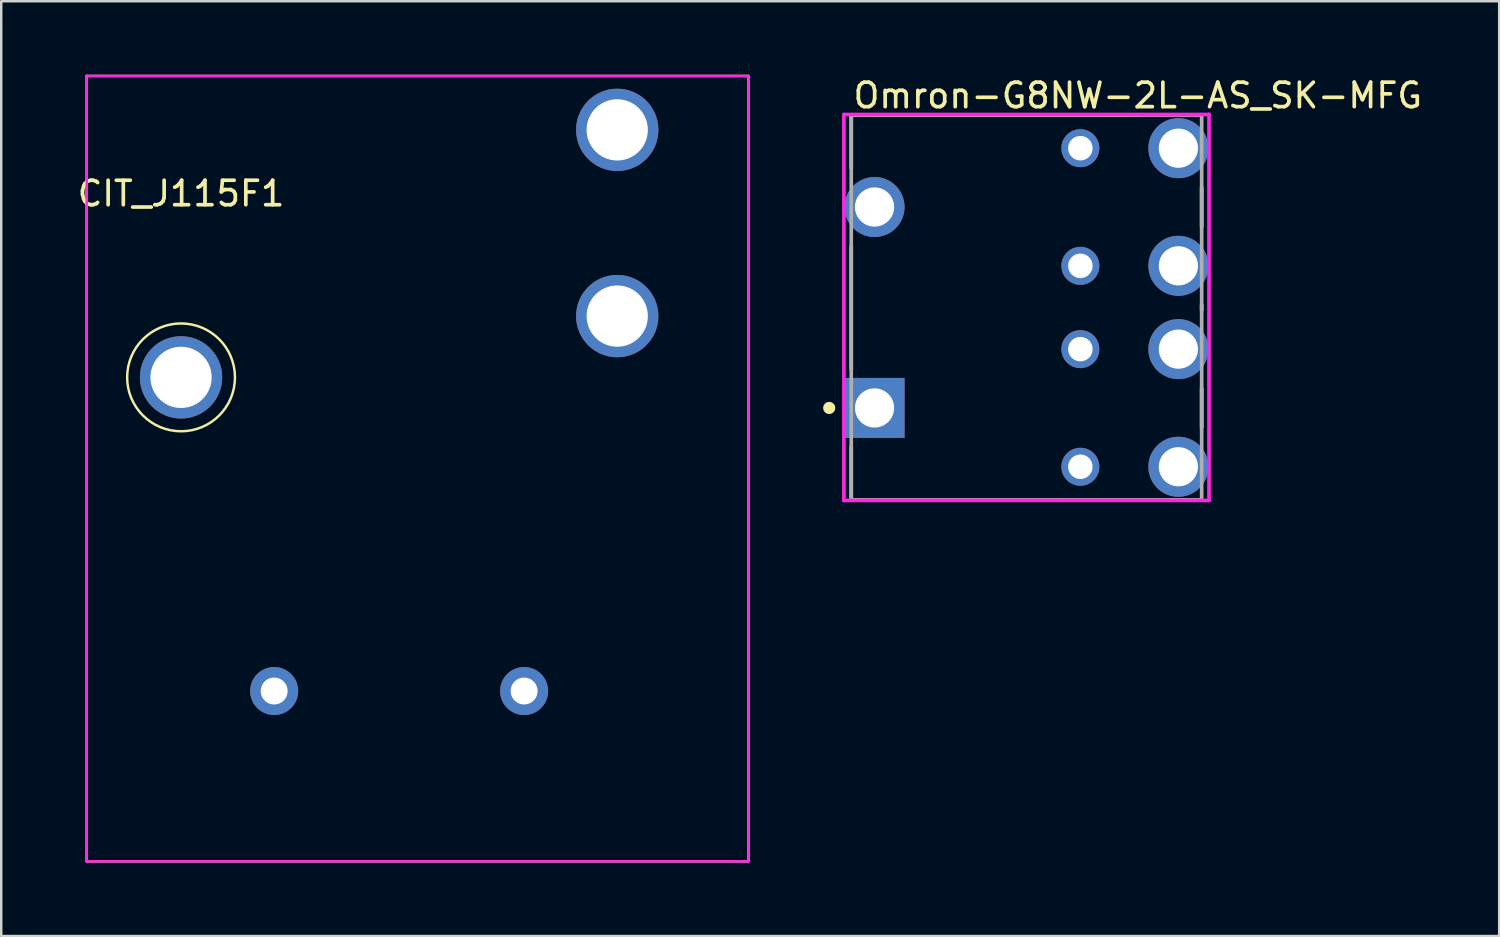
<source format=kicad_pcb>
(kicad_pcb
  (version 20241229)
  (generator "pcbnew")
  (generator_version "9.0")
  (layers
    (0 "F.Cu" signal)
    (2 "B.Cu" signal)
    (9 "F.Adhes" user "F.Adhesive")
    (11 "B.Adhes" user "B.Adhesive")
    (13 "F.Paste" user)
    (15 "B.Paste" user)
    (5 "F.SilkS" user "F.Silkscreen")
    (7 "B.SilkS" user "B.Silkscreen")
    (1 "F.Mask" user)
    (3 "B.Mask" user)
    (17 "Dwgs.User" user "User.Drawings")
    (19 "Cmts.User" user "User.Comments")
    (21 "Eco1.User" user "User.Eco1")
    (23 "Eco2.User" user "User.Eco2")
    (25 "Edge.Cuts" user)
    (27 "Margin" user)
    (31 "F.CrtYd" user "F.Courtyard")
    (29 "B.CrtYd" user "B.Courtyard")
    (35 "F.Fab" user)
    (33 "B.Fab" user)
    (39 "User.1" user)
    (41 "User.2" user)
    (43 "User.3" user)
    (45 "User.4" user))
  (footprint "CIT_J115F1"
    (layer "F.Cu")
    (at 4.339 12.35)
    (property "Reference" "CIT_J115F1" (at 0 -7.5 0) (layer "F.SilkS") (effects (font (size 1 1) (thickness 0.15))))
    (attr through_hole)
    (fp_line (start -3.85 -12.3) (end 23.15 -12.3) (stroke (width 0.1) (type solid)) (layer "F.SilkS"))
    (fp_line (start -3.85 19.75) (end -3.85 -12.3) (stroke (width 0.1) (type solid)) (layer "F.SilkS"))
    (fp_line (start 23.15 -12.3) (end 23.15 19.75) (stroke (width 0.1) (type solid)) (layer "F.SilkS"))
    (fp_line (start 23.15 19.75) (end -3.85 19.75) (stroke (width 0.1) (type solid)) (layer "F.SilkS"))
    (fp_circle (center 0 0) (end 2.2 0) (stroke (width 0.1) (type solid)) (fill no) (layer "F.SilkS"))
    (fp_line (start -3.85 -12.3) (end 23.15 -12.3) (stroke (width 0.1) (type solid)) (layer "F.CrtYd"))
    (fp_line (start -3.85 19.75) (end -3.85 -12.3) (stroke (width 0.1) (type solid)) (layer "F.CrtYd"))
    (fp_line (start 23.15 -12.3) (end 23.15 19.75) (stroke (width 0.1) (type solid)) (layer "F.CrtYd"))
    (fp_line (start 23.15 19.75) (end -3.85 19.75) (stroke (width 0.1) (type solid)) (layer "F.CrtYd"))
    (pad "1" thru_hole circle (at 0 0) (size 3.36 3.36) (drill 2.5) (layers "*.Cu" "*.Mask"))
    (pad "2" thru_hole circle (at 3.8 12.8) (size 1.96 1.96) (drill 1.1) (layers "*.Cu" "*.Mask"))
    (pad "3" thru_hole circle (at 17.8 -10.1) (size 3.36 3.36) (drill 2.5) (layers "*.Cu" "*.Mask"))
    (pad "4" thru_hole circle (at 17.8 -2.5) (size 3.36 3.36) (drill 2.5) (layers "*.Cu" "*.Mask"))
    (pad "5" thru_hole circle (at 14 12.8) (size 1.96 1.96) (drill 1.1) (layers "*.Cu" "*.Mask")))
  (footprint "Omron-G8NW-2L-AS_SK-MFG"
    (layer "F.Cu")
    (at 38.839 9.498)
    (property "Reference" "Omron-G8NW-2L-AS_SK-MFG" (at -7.15 -8.65 0) (layer "F.SilkS") (effects (font (size 1 1) (thickness 0.15)) (justify left)))
    (attr through_hole)
    (fp_line (start -7.15 -7.85) (end 4.6 -7.85) (stroke (width 0.15) (type solid)) (layer "F.SilkS"))
    (fp_line (start -7.15 -5.7) (end -7.15 -7.85) (stroke (width 0.15) (type solid)) (layer "F.SilkS"))
    (fp_line (start -7.15 2.5) (end -7.15 -2.5) (stroke (width 0.15) (type solid)) (layer "F.SilkS"))
    (fp_line (start -7.15 7.85) (end -7.15 5.7) (stroke (width 0.15) (type solid)) (layer "F.SilkS"))
    (fp_line (start -7.15 7.85) (end 4.6 7.85) (stroke (width 0.15) (type solid)) (layer "F.SilkS"))
    (fp_line (start 7.15 -3.3) (end 7.15 -4.9) (stroke (width 0.15) (type solid)) (layer "F.SilkS"))
    (fp_line (start 7.15 0.1) (end 7.15 -0.1) (stroke (width 0.15) (type solid)) (layer "F.SilkS"))
    (fp_line (start 7.15 4.9) (end 7.15 3.3) (stroke (width 0.15) (type solid)) (layer "F.SilkS"))
    (fp_circle (center -8.05 4.1) (end -7.925 4.1) (stroke (width 0.25) (type solid)) (fill no) (layer "F.SilkS"))
    (fp_line (start -7.45 -7.875) (end -7.45 7.875) (stroke (width 0.15) (type solid)) (layer "F.CrtYd"))
    (fp_line (start -7.45 7.875) (end 7.45 7.875) (stroke (width 0.15) (type solid)) (layer "F.CrtYd"))
    (fp_line (start 7.45 -7.875) (end -7.45 -7.875) (stroke (width 0.15) (type solid)) (layer "F.CrtYd"))
    (fp_line (start 7.45 -7.875) (end 7.45 -7.875) (stroke (width 0.15) (type solid)) (layer "F.CrtYd"))
    (fp_line (start 7.45 7.875) (end 7.45 -7.875) (stroke (width 0.15) (type solid)) (layer "F.CrtYd"))
    (fp_line (start -7.15 -7.85) (end 7.15 -7.85) (stroke (width 0.15) (type solid)) (layer "F.Fab"))
    (fp_line (start -7.15 7.85) (end -7.15 -7.85) (stroke (width 0.15) (type solid)) (layer "F.Fab"))
    (fp_line (start 7.15 -7.85) (end 7.15 7.85) (stroke (width 0.15) (type solid)) (layer "F.Fab"))
    (fp_line (start 7.15 7.85) (end -7.15 7.85) (stroke (width 0.15) (type solid)) (layer "F.Fab"))
    (pad "1" thru_hole rect (at -6.2 4.1) (size 2.45 2.45) (drill 1.6) (layers "*.Cu"))
    (pad "2" thru_hole circle (at 2.2 6.5) (size 1.55 1.55) (drill 1) (layers "*.Cu"))
    (pad "3" thru_hole circle (at 6.2 6.5) (size 2.45 2.45) (drill 1.6) (layers "*.Cu"))
    (pad "4" thru_hole circle (at 6.2 1.7) (size 2.45 2.45) (drill 1.6) (layers "*.Cu"))
    (pad "5" thru_hole circle (at 2.2 1.7) (size 1.55 1.55) (drill 1) (layers "*.Cu"))
    (pad "6" thru_hole circle (at -6.2 -4.1) (size 2.45 2.45) (drill 1.6) (layers "*.Cu"))
    (pad "7" thru_hole circle (at 2.2 -1.7) (size 1.55 1.55) (drill 1) (layers "*.Cu"))
    (pad "8" thru_hole circle (at 6.2 -1.7) (size 2.45 2.45) (drill 1.6) (layers "*.Cu"))
    (pad "9" thru_hole circle (at 6.2 -6.5) (size 2.45 2.45) (drill 1.6) (layers "*.Cu"))
    (pad "10" thru_hole circle (at 2.2 -6.5) (size 1.55 1.55) (drill 1) (layers "*.Cu")))
  (gr_rect
    (start -3 -3)
    (end 58.13 35.15)
    (stroke (width 0.1) (type default))
    (fill no)
    (layer "Edge.Cuts")))
</source>
